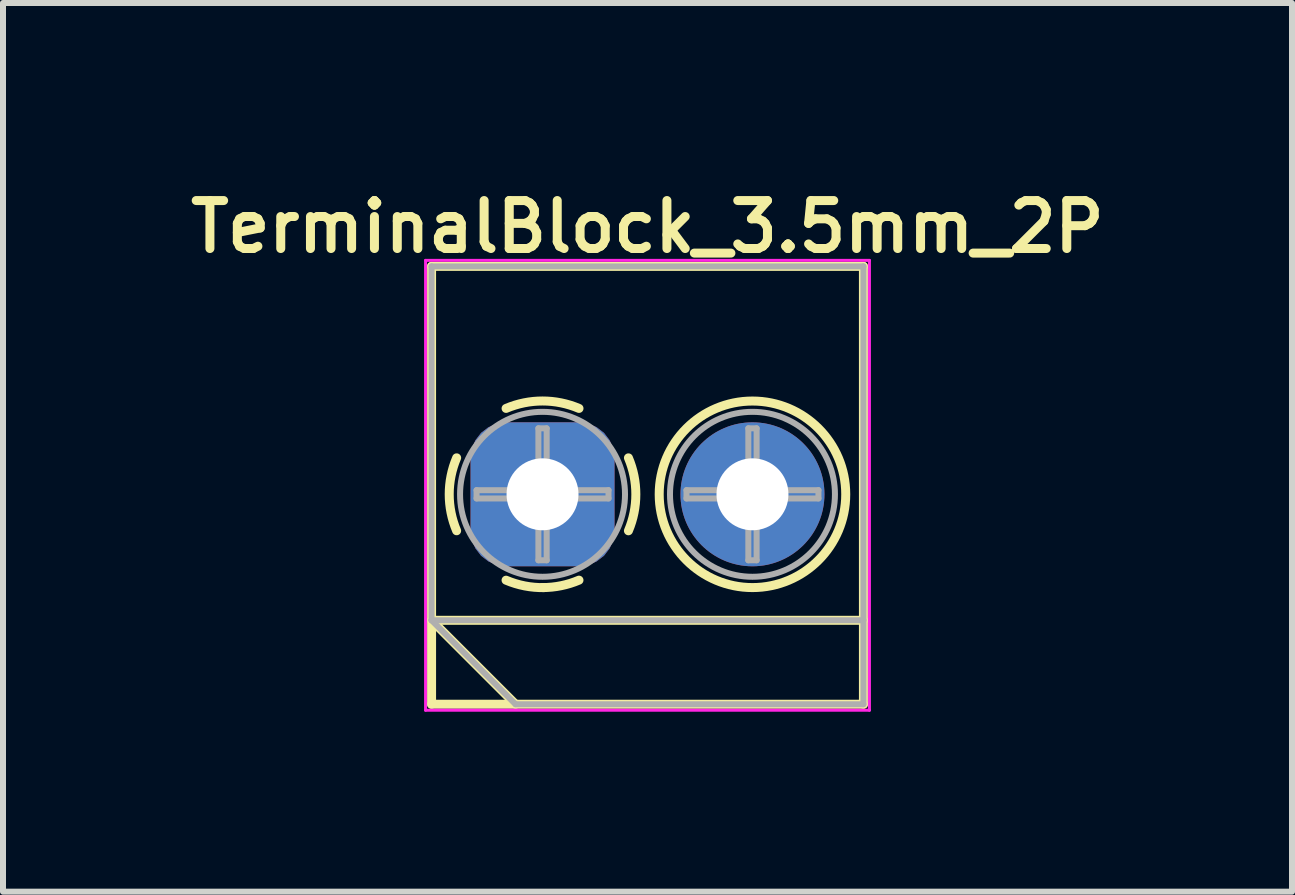
<source format=kicad_pcb>
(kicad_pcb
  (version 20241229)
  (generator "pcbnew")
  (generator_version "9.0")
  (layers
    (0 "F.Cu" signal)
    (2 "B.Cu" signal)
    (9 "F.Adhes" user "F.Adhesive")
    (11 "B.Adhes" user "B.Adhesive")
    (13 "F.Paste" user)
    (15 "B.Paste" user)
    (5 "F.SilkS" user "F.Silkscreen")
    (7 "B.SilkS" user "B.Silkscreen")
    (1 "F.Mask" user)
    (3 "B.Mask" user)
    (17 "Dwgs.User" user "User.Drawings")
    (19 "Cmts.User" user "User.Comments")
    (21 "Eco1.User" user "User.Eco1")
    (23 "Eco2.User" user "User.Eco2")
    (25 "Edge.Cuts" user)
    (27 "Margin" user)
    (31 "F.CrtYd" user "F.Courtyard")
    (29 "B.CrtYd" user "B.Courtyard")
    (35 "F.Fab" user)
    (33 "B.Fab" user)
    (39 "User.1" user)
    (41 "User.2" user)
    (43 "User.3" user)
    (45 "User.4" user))
  (footprint "TerminalBlock_3.5mm_2P"
    (layer "F.Cu")
    (at 7.745 5.191)
    (property "Reference" "TerminalBlock_3.5mm_2P" (at 0 -4.46 0) (layer "F.SilkS") (effects (font (size 0.8 0.8) (thickness 0.15))))
    (attr through_hole)
    (fp_line (start -3.6 -3.8) (end -3.6 3.5) (stroke (width 0.15) (type solid)) (layer "F.SilkS"))
    (fp_line (start -3.6 -3.8) (end 3.6 -3.8) (stroke (width 0.15) (type solid)) (layer "F.SilkS"))
    (fp_line (start -3.6 2.1) (end 3.6 2.1) (stroke (width 0.15) (type solid)) (layer "F.SilkS"))
    (fp_line (start -3.6 3.5) (end 3.6 3.5) (stroke (width 0.15) (type solid)) (layer "F.SilkS"))
    (fp_line (start -2.2 3.5) (end -3.6 2.1) (stroke (width 0.15) (type solid)) (layer "F.SilkS"))
    (fp_line (start 3.6 -3.8) (end 3.6 3.5) (stroke (width 0.15) (type solid)) (layer "F.SilkS"))
    (fp_arc (start -3.182109 0.607742) (mid -3.305727 -0.00014) (end -3.182 -0.608) (stroke (width 0.15) (type solid)) (layer "F.SilkS"))
    (fp_arc (start -2.357742 -1.432109) (mid -1.74986 -1.555727) (end -1.142 -1.432) (stroke (width 0.15) (type solid)) (layer "F.SilkS"))
    (fp_arc (start -1.722989 1.555493) (mid -2.046984 1.527118) (end -2.358 1.432) (stroke (width 0.15) (type solid)) (layer "F.SilkS"))
    (fp_arc (start -1.142413 1.431385) (mid -1.439983 1.523783) (end -1.75 1.555) (stroke (width 0.15) (type solid)) (layer "F.SilkS"))
    (fp_arc (start -0.317891 -0.607742) (mid -0.194273 0.00014) (end -0.318 0.608) (stroke (width 0.15) (type solid)) (layer "F.SilkS"))
    (fp_circle (center 1.75 0) (end 3.305 0) (stroke (width 0.15) (type solid)) (fill no) (layer "F.SilkS"))
    (fp_line (start -3.7 -3.9) (end -3.7 3.6) (stroke (width 0.05) (type solid)) (layer "F.CrtYd"))
    (fp_line (start -3.7 3.6) (end 3.7 3.6) (stroke (width 0.05) (type solid)) (layer "F.CrtYd"))
    (fp_line (start 3.7 -3.9) (end -3.7 -3.9) (stroke (width 0.05) (type solid)) (layer "F.CrtYd"))
    (fp_line (start 3.7 3.6) (end 3.7 -3.9) (stroke (width 0.05) (type solid)) (layer "F.CrtYd"))
    (fp_line (start -3.6 -3.8) (end 3.6 -3.8) (stroke (width 0.1) (type solid)) (layer "F.Fab"))
    (fp_line (start -3.6 2.1) (end -3.6 -3.8) (stroke (width 0.1) (type solid)) (layer "F.Fab"))
    (fp_line (start -3.6 2.1) (end 3.6 2.1) (stroke (width 0.1) (type solid)) (layer "F.Fab"))
    (fp_line (start -2.85 -0.069) (end -1.819 -0.069) (stroke (width 0.1) (type solid)) (layer "F.Fab"))
    (fp_line (start -2.85 0.069) (end -2.85 -0.069) (stroke (width 0.1) (type solid)) (layer "F.Fab"))
    (fp_line (start -2.2 3.5) (end -3.6 2.1) (stroke (width 0.1) (type solid)) (layer "F.Fab"))
    (fp_line (start -1.819 -1.1) (end -1.681 -1.1) (stroke (width 0.1) (type solid)) (layer "F.Fab"))
    (fp_line (start -1.819 -0.069) (end -1.819 -1.1) (stroke (width 0.1) (type solid)) (layer "F.Fab"))
    (fp_line (start -1.819 0.069) (end -2.85 0.069) (stroke (width 0.1) (type solid)) (layer "F.Fab"))
    (fp_line (start -1.819 1.1) (end -1.819 0.069) (stroke (width 0.1) (type solid)) (layer "F.Fab"))
    (fp_line (start -1.681 -1.1) (end -1.681 -0.069) (stroke (width 0.1) (type solid)) (layer "F.Fab"))
    (fp_line (start -1.681 -0.069) (end -0.65 -0.069) (stroke (width 0.1) (type solid)) (layer "F.Fab"))
    (fp_line (start -1.681 0.069) (end -1.681 1.1) (stroke (width 0.1) (type solid)) (layer "F.Fab"))
    (fp_line (start -1.681 1.1) (end -1.819 1.1) (stroke (width 0.1) (type solid)) (layer "F.Fab"))
    (fp_line (start -0.65 -0.069) (end -0.65 0.069) (stroke (width 0.1) (type solid)) (layer "F.Fab"))
    (fp_line (start -0.65 0.069) (end -1.681 0.069) (stroke (width 0.1) (type solid)) (layer "F.Fab"))
    (fp_line (start 0.65 -0.069) (end 1.681 -0.069) (stroke (width 0.1) (type solid)) (layer "F.Fab"))
    (fp_line (start 0.65 0.069) (end 0.65 -0.069) (stroke (width 0.1) (type solid)) (layer "F.Fab"))
    (fp_line (start 1.681 -1.1) (end 1.819 -1.1) (stroke (width 0.1) (type solid)) (layer "F.Fab"))
    (fp_line (start 1.681 -0.069) (end 1.681 -1.1) (stroke (width 0.1) (type solid)) (layer "F.Fab"))
    (fp_line (start 1.681 0.069) (end 0.65 0.069) (stroke (width 0.1) (type solid)) (layer "F.Fab"))
    (fp_line (start 1.681 1.1) (end 1.681 0.069) (stroke (width 0.1) (type solid)) (layer "F.Fab"))
    (fp_line (start 1.819 -1.1) (end 1.819 -0.069) (stroke (width 0.1) (type solid)) (layer "F.Fab"))
    (fp_line (start 1.819 -0.069) (end 2.85 -0.069) (stroke (width 0.1) (type solid)) (layer "F.Fab"))
    (fp_line (start 1.819 0.069) (end 1.819 1.1) (stroke (width 0.1) (type solid)) (layer "F.Fab"))
    (fp_line (start 1.819 1.1) (end 1.681 1.1) (stroke (width 0.1) (type solid)) (layer "F.Fab"))
    (fp_line (start 2.85 -0.069) (end 2.85 0.069) (stroke (width 0.1) (type solid)) (layer "F.Fab"))
    (fp_line (start 2.85 0.069) (end 1.819 0.069) (stroke (width 0.1) (type solid)) (layer "F.Fab"))
    (fp_line (start 3.6 -3.8) (end 3.6 3.5) (stroke (width 0.1) (type solid)) (layer "F.Fab"))
    (fp_line (start 3.6 3.5) (end -2.2 3.5) (stroke (width 0.1) (type solid)) (layer "F.Fab"))
    (fp_circle (center -1.75 0) (end -0.375 0) (stroke (width 0.1) (type solid)) (fill no) (layer "F.Fab"))
    (fp_circle (center 1.75 0) (end 3.125 0) (stroke (width 0.1) (type solid)) (fill no) (layer "F.Fab"))
    (pad "1" thru_hole roundrect (at -1.75 0) (size 2.4 2.4) (drill 1.2) (layers "*.Cu" "*.Mask") (roundrect_rratio 0.25))
    (pad "2" thru_hole circle (at 1.75 0) (size 2.4 2.4) (drill 1.2) (layers "*.Cu" "*.Mask")))
  (gr_rect
    (start -3 -3)
    (end 18.49 11.816)
    (stroke (width 0.1) (type default))
    (fill no)
    (layer "Edge.Cuts")))
</source>
